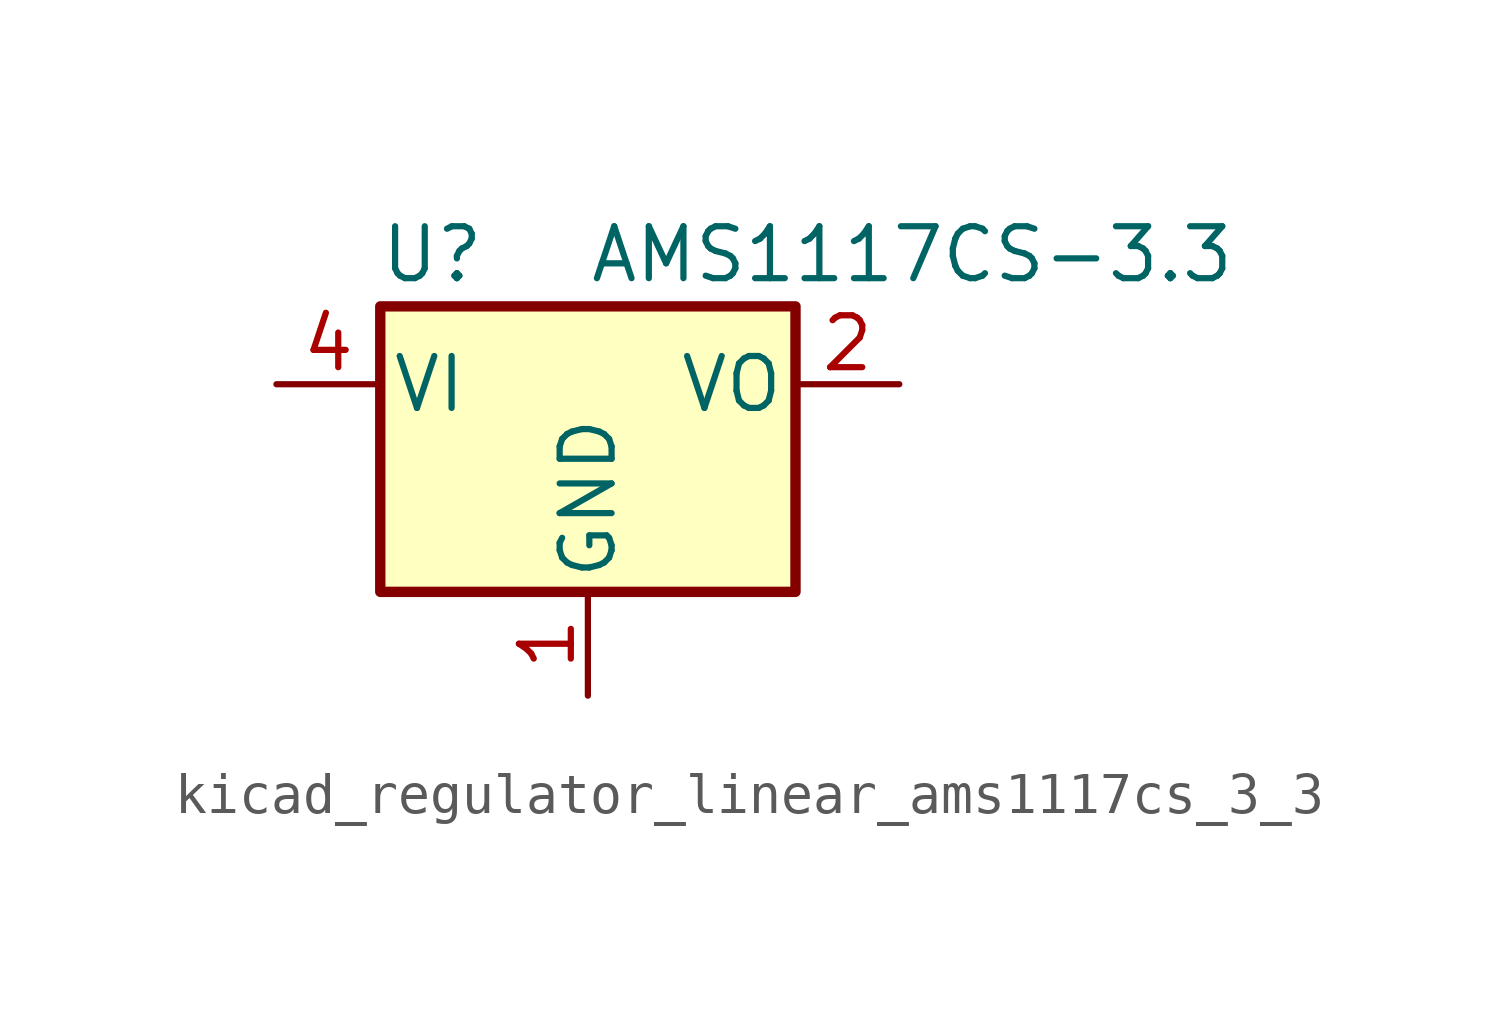
<source format=kicad_sym>
(kicad_symbol_lib
  (version 20220914)
  (generator kicad_symbol_editor)
  (symbol "kicad_regulator_linear_ams1117cs_3_3"
    (pin_names
      (offset 0.254))
    (property "Reference" "U"
      (at -3.81 3.175 0)
      (effects (font (size 1.27 1.27))))
    (property "Value" "AMS1117CS-3.3"
      (at 0 3.175 0)
      (effects (font (size 1.27 1.27)) (justify left)))
    (symbol "kicad_regulator_linear_ams1117cs_3_3_0_1"
      (rectangle (start -5.08 -5.08) (end 5.08 1.905) (stroke (width 0.254) (type default)) (fill (type background))))
    (symbol "kicad_regulator_linear_ams1117cs_3_3_1_1"
      (pin power_in line (at 0 -7.62 90) (length 2.54) (name "GND" (effects (font (size 1.27 1.27)))) (number "1" (effects (font (size 1.27 1.27)))))
      (pin power_out line (at 7.62 0 180) (length 2.54) (name "VO" (effects (font (size 1.27 1.27)))) (number "2" (effects (font (size 1.27 1.27)))))
      (pin passive line (at 7.62 0 180) (length 2.54) hide (name "VO" (effects (font (size 1.27 1.27)))) (number "3" (effects (font (size 1.27 1.27)))))
      (pin power_in line (at -7.62 0 0) (length 2.54) (name "VI" (effects (font (size 1.27 1.27)))) (number "4" (effects (font (size 1.27 1.27)))))
      (pin no_connect line (at -2.54 -2.54 180) (length 2.54) hide (name "NC" (effects (font (size 1.27 1.27)))) (number "5" (effects (font (size 1.27 1.27)))))
      (pin passive line (at 7.62 0 180) (length 2.54) hide (name "VO" (effects (font (size 1.27 1.27)))) (number "6" (effects (font (size 1.27 1.27)))))
      (pin passive line (at 7.62 0 180) (length 2.54) hide (name "VO" (effects (font (size 1.27 1.27)))) (number "7" (effects (font (size 1.27 1.27)))))
      (pin no_connect line (at 2.54 -2.54 0) (length 2.54) hide (name "NC" (effects (font (size 1.27 1.27)))) (number "8" (effects (font (size 1.27 1.27))))))))
</source>
